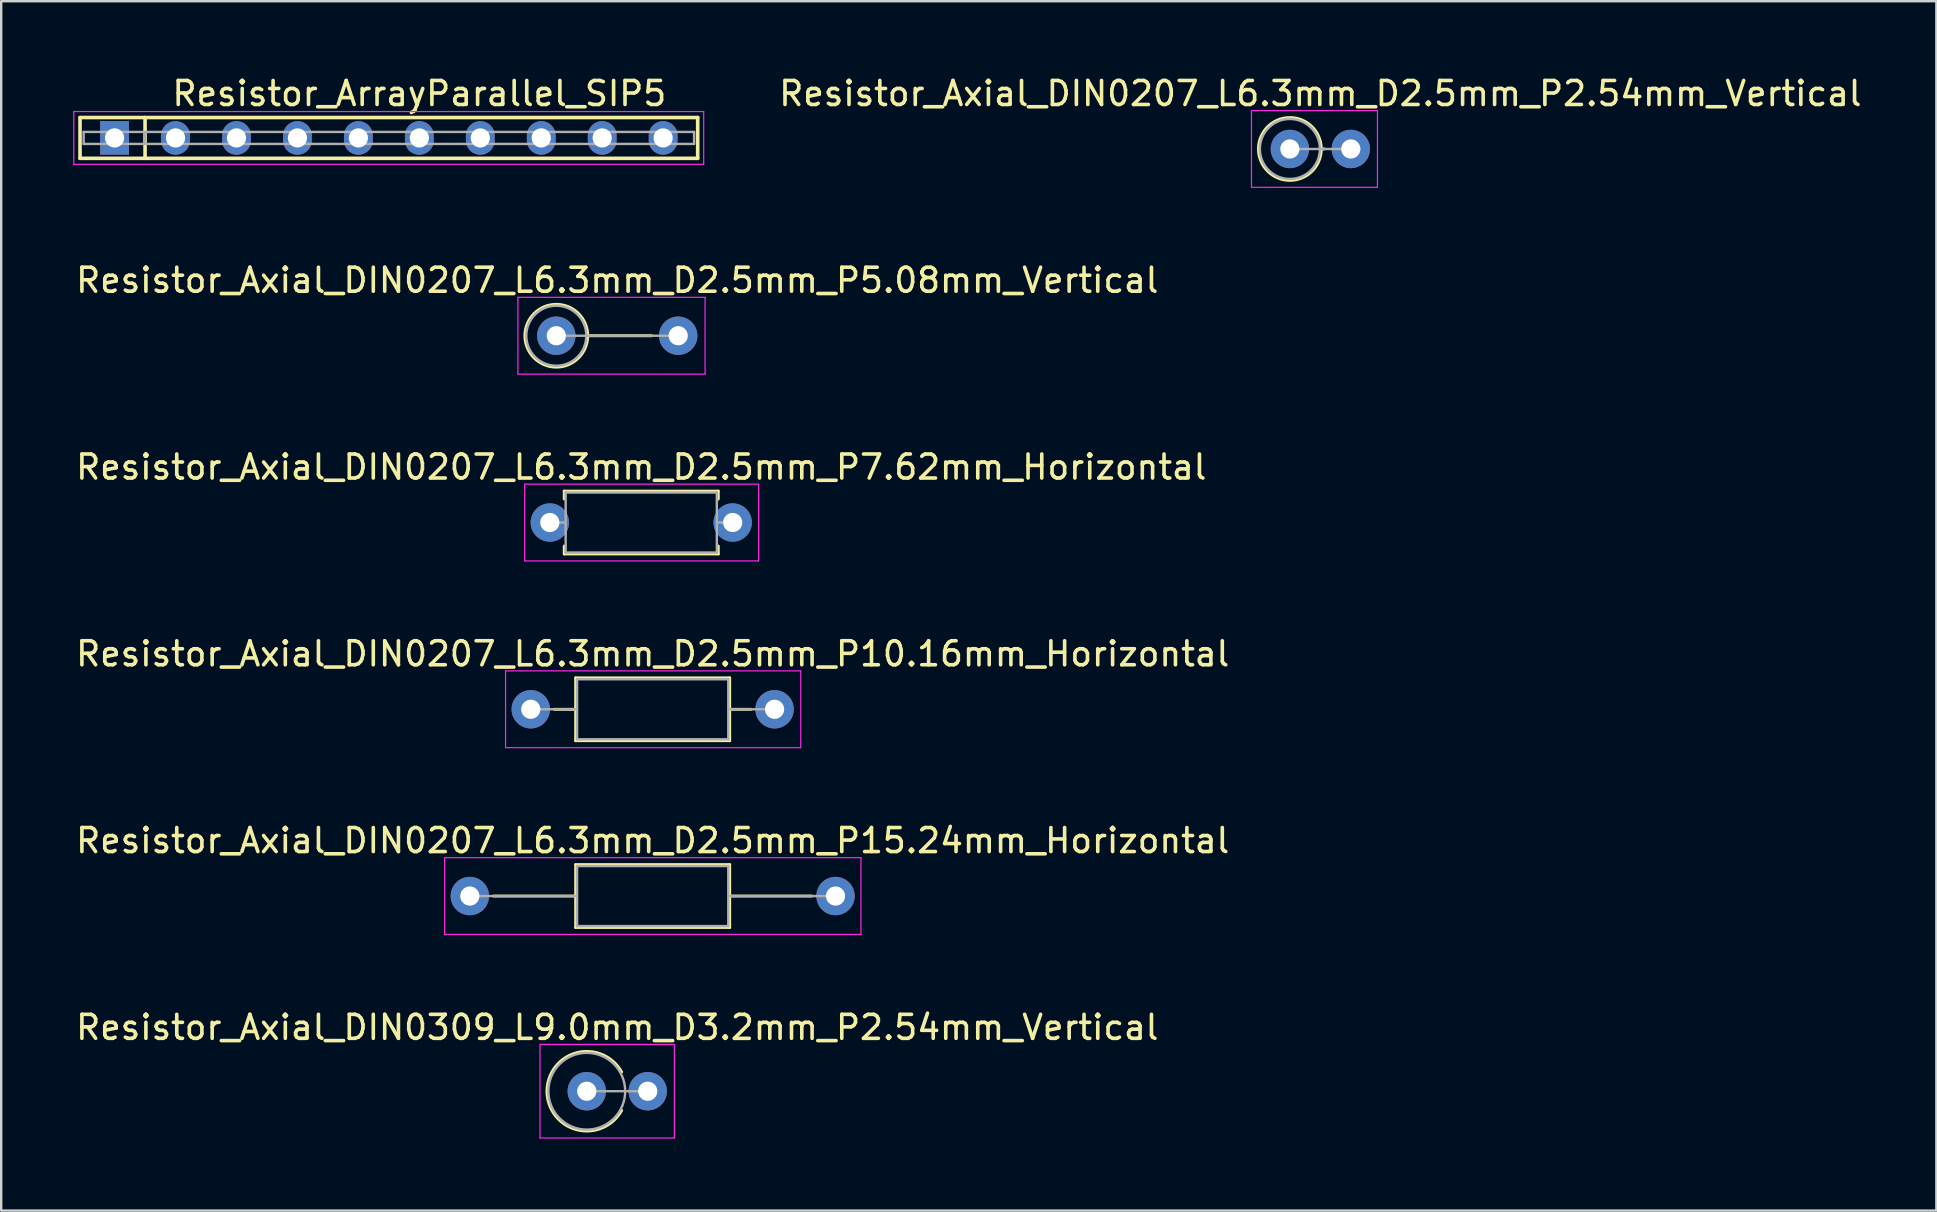
<source format=kicad_pcb>
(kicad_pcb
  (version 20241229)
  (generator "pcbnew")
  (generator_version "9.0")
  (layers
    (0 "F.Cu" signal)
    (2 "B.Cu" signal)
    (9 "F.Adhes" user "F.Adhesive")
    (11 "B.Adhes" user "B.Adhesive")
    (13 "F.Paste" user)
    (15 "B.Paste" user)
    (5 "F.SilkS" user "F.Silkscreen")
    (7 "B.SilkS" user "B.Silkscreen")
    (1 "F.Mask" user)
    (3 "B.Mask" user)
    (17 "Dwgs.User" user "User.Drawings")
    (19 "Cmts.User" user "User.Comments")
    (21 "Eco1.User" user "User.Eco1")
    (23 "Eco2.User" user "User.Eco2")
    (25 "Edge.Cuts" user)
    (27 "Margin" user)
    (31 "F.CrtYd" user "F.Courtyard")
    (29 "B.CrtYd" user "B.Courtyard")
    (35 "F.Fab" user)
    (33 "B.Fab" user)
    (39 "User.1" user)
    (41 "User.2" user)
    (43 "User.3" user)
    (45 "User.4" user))
  (footprint "Resistor_Axial_DIN0309_L9.0mm_D3.2mm_P2.54mm_Vertical"
    (layer "F.Cu")
    (at 21.403 42.425)
    (property "Reference" "Resistor_Axial_DIN0309_L9.0mm_D3.2mm_P2.54mm_Vertical" (at 1.27 -2.66 0) (layer "F.SilkS") (effects (font (size 1 1) (thickness 0.15))))
    (attr through_hole)
    (fp_arc (start 1.454828 0.799422) (mid -1.66 0.00033) (end 1.45451 -0.8) (stroke (width 0.12) (type solid)) (layer "F.SilkS"))
    (fp_line (start -1.95 -1.95) (end -1.95 1.95) (stroke (width 0.05) (type solid)) (layer "F.CrtYd"))
    (fp_line (start -1.95 1.95) (end 3.65 1.95) (stroke (width 0.05) (type solid)) (layer "F.CrtYd"))
    (fp_line (start 3.65 -1.95) (end -1.95 -1.95) (stroke (width 0.05) (type solid)) (layer "F.CrtYd"))
    (fp_line (start 3.65 1.95) (end 3.65 -1.95) (stroke (width 0.05) (type solid)) (layer "F.CrtYd"))
    (fp_line (start 0 0) (end 2.54 0) (stroke (width 0.1) (type solid)) (layer "F.Fab"))
    (fp_circle (center 0 0) (end 1.6 0) (stroke (width 0.1) (type solid)) (fill no) (layer "F.Fab"))
    (pad "1" thru_hole circle (at 0 0) (size 1.6 1.6) (drill 0.8) (layers "*.Cu" "*.Mask"))
    (pad "2" thru_hole oval (at 2.54 0) (size 1.6 1.6) (drill 0.8) (layers "*.Cu" "*.Mask")))
  (footprint "Resistor_ArrayParallel_SIP5"
    (layer "F.Cu")
    (at 1.725 2.698)
    (property "Reference" "Resistor_ArrayParallel_SIP5" (at 12.7 -1.85 0) (layer "F.SilkS") (effects (font (size 1 1) (thickness 0.15))))
    (attr through_hole)
    (fp_line (start -1.44 -0.85) (end -1.44 0.85) (stroke (width 0.15) (type solid)) (layer "F.SilkS"))
    (fp_line (start -1.44 0.85) (end 24.3 0.85) (stroke (width 0.15) (type solid)) (layer "F.SilkS"))
    (fp_line (start 1.27 -0.85) (end 1.27 0.85) (stroke (width 0.15) (type solid)) (layer "F.SilkS"))
    (fp_line (start 24.3 -0.85) (end -1.44 -0.85) (stroke (width 0.15) (type solid)) (layer "F.SilkS"))
    (fp_line (start 24.3 0.85) (end 24.3 -0.85) (stroke (width 0.15) (type solid)) (layer "F.SilkS"))
    (fp_line (start -1.7 -1.1) (end -1.7 1.1) (stroke (width 0.05) (type solid)) (layer "F.CrtYd"))
    (fp_line (start -1.7 1.1) (end 24.55 1.1) (stroke (width 0.05) (type solid)) (layer "F.CrtYd"))
    (fp_line (start 24.55 -1.1) (end -1.7 -1.1) (stroke (width 0.05) (type solid)) (layer "F.CrtYd"))
    (fp_line (start 24.55 1.1) (end 24.55 -1.1) (stroke (width 0.05) (type solid)) (layer "F.CrtYd"))
    (fp_line (start -1.29 -0.25) (end -1.29 0.25) (stroke (width 0.1) (type solid)) (layer "F.Fab"))
    (fp_line (start -1.29 0.25) (end 24.15 0.25) (stroke (width 0.1) (type solid)) (layer "F.Fab"))
    (fp_line (start 1.27 -0.25) (end 1.27 0.25) (stroke (width 0.1) (type solid)) (layer "F.Fab"))
    (fp_line (start 24.15 -0.25) (end -1.29 -0.25) (stroke (width 0.1) (type solid)) (layer "F.Fab"))
    (fp_line (start 24.15 0.25) (end 24.15 -0.25) (stroke (width 0.1) (type solid)) (layer "F.Fab"))
    (pad "1" thru_hole rect (at 0 0) (size 1.2 1.4) (drill 0.8) (layers "*.Cu" "*.Mask"))
    (pad "2" thru_hole oval (at 2.54 0) (size 1.2 1.4) (drill 0.8) (layers "*.Cu" "*.Mask"))
    (pad "3" thru_hole oval (at 5.08 0) (size 1.2 1.4) (drill 0.8) (layers "*.Cu" "*.Mask"))
    (pad "4" thru_hole oval (at 7.62 0) (size 1.2 1.4) (drill 0.8) (layers "*.Cu" "*.Mask"))
    (pad "5" thru_hole oval (at 10.16 0) (size 1.2 1.4) (drill 0.8) (layers "*.Cu" "*.Mask"))
    (pad "6" thru_hole oval (at 12.7 0) (size 1.2 1.4) (drill 0.8) (layers "*.Cu" "*.Mask"))
    (pad "7" thru_hole oval (at 15.24 0) (size 1.2 1.4) (drill 0.8) (layers "*.Cu" "*.Mask"))
    (pad "8" thru_hole oval (at 17.78 0) (size 1.2 1.4) (drill 0.8) (layers "*.Cu" "*.Mask"))
    (pad "9" thru_hole oval (at 20.32 0) (size 1.2 1.4) (drill 0.8) (layers "*.Cu" "*.Mask"))
    (pad "10" thru_hole oval (at 22.86 0) (size 1.2 1.4) (drill 0.8) (layers "*.Cu" "*.Mask")))
  (footprint "Resistor_Axial_DIN0207_L6.3mm_D2.5mm_P10.16mm_Horizontal"
    (layer "F.Cu")
    (at 19.069 26.508)
    (property "Reference" "Resistor_Axial_DIN0207_L6.3mm_D2.5mm_P10.16mm_Horizontal" (at 5.08 -2.31 0) (layer "F.SilkS") (effects (font (size 1 1) (thickness 0.15))))
    (attr through_hole)
    (fp_line (start 0.98 0) (end 1.87 0) (stroke (width 0.12) (type solid)) (layer "F.SilkS"))
    (fp_line (start 1.87 -1.31) (end 1.87 1.31) (stroke (width 0.12) (type solid)) (layer "F.SilkS"))
    (fp_line (start 1.87 1.31) (end 8.29 1.31) (stroke (width 0.12) (type solid)) (layer "F.SilkS"))
    (fp_line (start 8.29 -1.31) (end 1.87 -1.31) (stroke (width 0.12) (type solid)) (layer "F.SilkS"))
    (fp_line (start 8.29 1.31) (end 8.29 -1.31) (stroke (width 0.12) (type solid)) (layer "F.SilkS"))
    (fp_line (start 9.18 0) (end 8.29 0) (stroke (width 0.12) (type solid)) (layer "F.SilkS"))
    (fp_line (start -1.05 -1.6) (end -1.05 1.6) (stroke (width 0.05) (type solid)) (layer "F.CrtYd"))
    (fp_line (start -1.05 1.6) (end 11.25 1.6) (stroke (width 0.05) (type solid)) (layer "F.CrtYd"))
    (fp_line (start 11.25 -1.6) (end -1.05 -1.6) (stroke (width 0.05) (type solid)) (layer "F.CrtYd"))
    (fp_line (start 11.25 1.6) (end 11.25 -1.6) (stroke (width 0.05) (type solid)) (layer "F.CrtYd"))
    (fp_line (start 0 0) (end 1.93 0) (stroke (width 0.1) (type solid)) (layer "F.Fab"))
    (fp_line (start 1.93 -1.25) (end 1.93 1.25) (stroke (width 0.1) (type solid)) (layer "F.Fab"))
    (fp_line (start 1.93 1.25) (end 8.23 1.25) (stroke (width 0.1) (type solid)) (layer "F.Fab"))
    (fp_line (start 8.23 -1.25) (end 1.93 -1.25) (stroke (width 0.1) (type solid)) (layer "F.Fab"))
    (fp_line (start 8.23 1.25) (end 8.23 -1.25) (stroke (width 0.1) (type solid)) (layer "F.Fab"))
    (fp_line (start 10.16 0) (end 8.23 0) (stroke (width 0.1) (type solid)) (layer "F.Fab"))
    (pad "1" thru_hole circle (at 0 0) (size 1.6 1.6) (drill 0.8) (layers "*.Cu" "*.Mask"))
    (pad "2" thru_hole oval (at 10.16 0) (size 1.6 1.6) (drill 0.8) (layers "*.Cu" "*.Mask")))
  (footprint "Resistor_Axial_DIN0207_L6.3mm_D2.5mm_P15.24mm_Horizontal"
    (layer "F.Cu")
    (at 16.529 34.291)
    (property "Reference" "Resistor_Axial_DIN0207_L6.3mm_D2.5mm_P15.24mm_Horizontal" (at 7.62 -2.31 0) (layer "F.SilkS") (effects (font (size 1 1) (thickness 0.15))))
    (attr through_hole)
    (fp_line (start 0.98 0) (end 4.41 0) (stroke (width 0.12) (type solid)) (layer "F.SilkS"))
    (fp_line (start 4.41 -1.31) (end 4.41 1.31) (stroke (width 0.12) (type solid)) (layer "F.SilkS"))
    (fp_line (start 4.41 1.31) (end 10.83 1.31) (stroke (width 0.12) (type solid)) (layer "F.SilkS"))
    (fp_line (start 10.83 -1.31) (end 4.41 -1.31) (stroke (width 0.12) (type solid)) (layer "F.SilkS"))
    (fp_line (start 10.83 1.31) (end 10.83 -1.31) (stroke (width 0.12) (type solid)) (layer "F.SilkS"))
    (fp_line (start 14.26 0) (end 10.83 0) (stroke (width 0.12) (type solid)) (layer "F.SilkS"))
    (fp_line (start -1.05 -1.6) (end -1.05 1.6) (stroke (width 0.05) (type solid)) (layer "F.CrtYd"))
    (fp_line (start -1.05 1.6) (end 16.3 1.6) (stroke (width 0.05) (type solid)) (layer "F.CrtYd"))
    (fp_line (start 16.3 -1.6) (end -1.05 -1.6) (stroke (width 0.05) (type solid)) (layer "F.CrtYd"))
    (fp_line (start 16.3 1.6) (end 16.3 -1.6) (stroke (width 0.05) (type solid)) (layer "F.CrtYd"))
    (fp_line (start 0 0) (end 4.47 0) (stroke (width 0.1) (type solid)) (layer "F.Fab"))
    (fp_line (start 4.47 -1.25) (end 4.47 1.25) (stroke (width 0.1) (type solid)) (layer "F.Fab"))
    (fp_line (start 4.47 1.25) (end 10.77 1.25) (stroke (width 0.1) (type solid)) (layer "F.Fab"))
    (fp_line (start 10.77 -1.25) (end 4.47 -1.25) (stroke (width 0.1) (type solid)) (layer "F.Fab"))
    (fp_line (start 10.77 1.25) (end 10.77 -1.25) (stroke (width 0.1) (type solid)) (layer "F.Fab"))
    (fp_line (start 15.24 0) (end 10.77 0) (stroke (width 0.1) (type solid)) (layer "F.Fab"))
    (pad "1" thru_hole circle (at 0 0) (size 1.6 1.6) (drill 0.8) (layers "*.Cu" "*.Mask"))
    (pad "2" thru_hole oval (at 15.24 0) (size 1.6 1.6) (drill 0.8) (layers "*.Cu" "*.Mask")))
  (footprint "Resistor_Axial_DIN0207_L6.3mm_D2.5mm_P5.08mm_Vertical"
    (layer "F.Cu")
    (at 20.133 10.941)
    (property "Reference" "Resistor_Axial_DIN0207_L6.3mm_D2.5mm_P5.08mm_Vertical" (at 2.54 -2.31 0) (layer "F.SilkS") (effects (font (size 1 1) (thickness 0.15))))
    (attr through_hole)
    (fp_line (start 1.31 0) (end 3.98 0) (stroke (width 0.12) (type solid)) (layer "F.SilkS"))
    (fp_circle (center 0 0) (end 1.31 0) (stroke (width 0.12) (type solid)) (fill no) (layer "F.SilkS"))
    (fp_line (start -1.6 -1.6) (end -1.6 1.6) (stroke (width 0.05) (type solid)) (layer "F.CrtYd"))
    (fp_line (start -1.6 1.6) (end 6.2 1.6) (stroke (width 0.05) (type solid)) (layer "F.CrtYd"))
    (fp_line (start 6.2 -1.6) (end -1.6 -1.6) (stroke (width 0.05) (type solid)) (layer "F.CrtYd"))
    (fp_line (start 6.2 1.6) (end 6.2 -1.6) (stroke (width 0.05) (type solid)) (layer "F.CrtYd"))
    (fp_line (start 0 0) (end 5.08 0) (stroke (width 0.1) (type solid)) (layer "F.Fab"))
    (fp_circle (center 0 0) (end 1.25 0) (stroke (width 0.1) (type solid)) (fill no) (layer "F.Fab"))
    (pad "1" thru_hole circle (at 0 0) (size 1.6 1.6) (drill 0.8) (layers "*.Cu" "*.Mask"))
    (pad "2" thru_hole oval (at 5.08 0) (size 1.6 1.6) (drill 0.8) (layers "*.Cu" "*.Mask")))
  (footprint "Resistor_Axial_DIN0207_L6.3mm_D2.5mm_P2.54mm_Vertical"
    (layer "F.Cu")
    (at 50.703 3.158)
    (property "Reference" "Resistor_Axial_DIN0207_L6.3mm_D2.5mm_P2.54mm_Vertical" (at 1.27 -2.31 0) (layer "F.SilkS") (effects (font (size 1 1) (thickness 0.15))))
    (attr through_hole)
    (fp_line (start 1.31 0) (end 1.44 0) (stroke (width 0.12) (type solid)) (layer "F.SilkS"))
    (fp_circle (center 0 0) (end 1.31 0) (stroke (width 0.12) (type solid)) (fill no) (layer "F.SilkS"))
    (fp_line (start -1.6 -1.6) (end -1.6 1.6) (stroke (width 0.05) (type solid)) (layer "F.CrtYd"))
    (fp_line (start -1.6 1.6) (end 3.65 1.6) (stroke (width 0.05) (type solid)) (layer "F.CrtYd"))
    (fp_line (start 3.65 -1.6) (end -1.6 -1.6) (stroke (width 0.05) (type solid)) (layer "F.CrtYd"))
    (fp_line (start 3.65 1.6) (end 3.65 -1.6) (stroke (width 0.05) (type solid)) (layer "F.CrtYd"))
    (fp_line (start 0 0) (end 2.54 0) (stroke (width 0.1) (type solid)) (layer "F.Fab"))
    (fp_circle (center 0 0) (end 1.25 0) (stroke (width 0.1) (type solid)) (fill no) (layer "F.Fab"))
    (pad "1" thru_hole circle (at 0 0) (size 1.6 1.6) (drill 0.8) (layers "*.Cu" "*.Mask"))
    (pad "2" thru_hole oval (at 2.54 0) (size 1.6 1.6) (drill 0.8) (layers "*.Cu" "*.Mask")))
  (footprint "Resistor_Axial_DIN0207_L6.3mm_D2.5mm_P7.62mm_Horizontal"
    (layer "F.Cu")
    (at 19.863 18.725)
    (property "Reference" "Resistor_Axial_DIN0207_L6.3mm_D2.5mm_P7.62mm_Horizontal" (at 3.81 -2.31 0) (layer "F.SilkS") (effects (font (size 1 1) (thickness 0.15))))
    (attr through_hole)
    (fp_line (start 0.6 -1.31) (end 7.02 -1.31) (stroke (width 0.12) (type solid)) (layer "F.SilkS"))
    (fp_line (start 0.6 -0.98) (end 0.6 -1.31) (stroke (width 0.12) (type solid)) (layer "F.SilkS"))
    (fp_line (start 0.6 0.98) (end 0.6 1.31) (stroke (width 0.12) (type solid)) (layer "F.SilkS"))
    (fp_line (start 0.6 1.31) (end 7.02 1.31) (stroke (width 0.12) (type solid)) (layer "F.SilkS"))
    (fp_line (start 7.02 -1.31) (end 7.02 -0.98) (stroke (width 0.12) (type solid)) (layer "F.SilkS"))
    (fp_line (start 7.02 1.31) (end 7.02 0.98) (stroke (width 0.12) (type solid)) (layer "F.SilkS"))
    (fp_line (start -1.05 -1.6) (end -1.05 1.6) (stroke (width 0.05) (type solid)) (layer "F.CrtYd"))
    (fp_line (start -1.05 1.6) (end 8.7 1.6) (stroke (width 0.05) (type solid)) (layer "F.CrtYd"))
    (fp_line (start 8.7 -1.6) (end -1.05 -1.6) (stroke (width 0.05) (type solid)) (layer "F.CrtYd"))
    (fp_line (start 8.7 1.6) (end 8.7 -1.6) (stroke (width 0.05) (type solid)) (layer "F.CrtYd"))
    (fp_line (start 0 0) (end 0.66 0) (stroke (width 0.1) (type solid)) (layer "F.Fab"))
    (fp_line (start 0.66 -1.25) (end 0.66 1.25) (stroke (width 0.1) (type solid)) (layer "F.Fab"))
    (fp_line (start 0.66 1.25) (end 6.96 1.25) (stroke (width 0.1) (type solid)) (layer "F.Fab"))
    (fp_line (start 6.96 -1.25) (end 0.66 -1.25) (stroke (width 0.1) (type solid)) (layer "F.Fab"))
    (fp_line (start 6.96 1.25) (end 6.96 -1.25) (stroke (width 0.1) (type solid)) (layer "F.Fab"))
    (fp_line (start 7.62 0) (end 6.96 0) (stroke (width 0.1) (type solid)) (layer "F.Fab"))
    (pad "1" thru_hole circle (at 0 0) (size 1.6 1.6) (drill 0.8) (layers "*.Cu" "*.Mask"))
    (pad "2" thru_hole oval (at 7.62 0) (size 1.6 1.6) (drill 0.8) (layers "*.Cu" "*.Mask")))
  (gr_rect
    (start -3 -3)
    (end 77.645 47.4)
    (stroke (width 0.1) (type default))
    (fill no)
    (layer "Edge.Cuts")))
</source>
